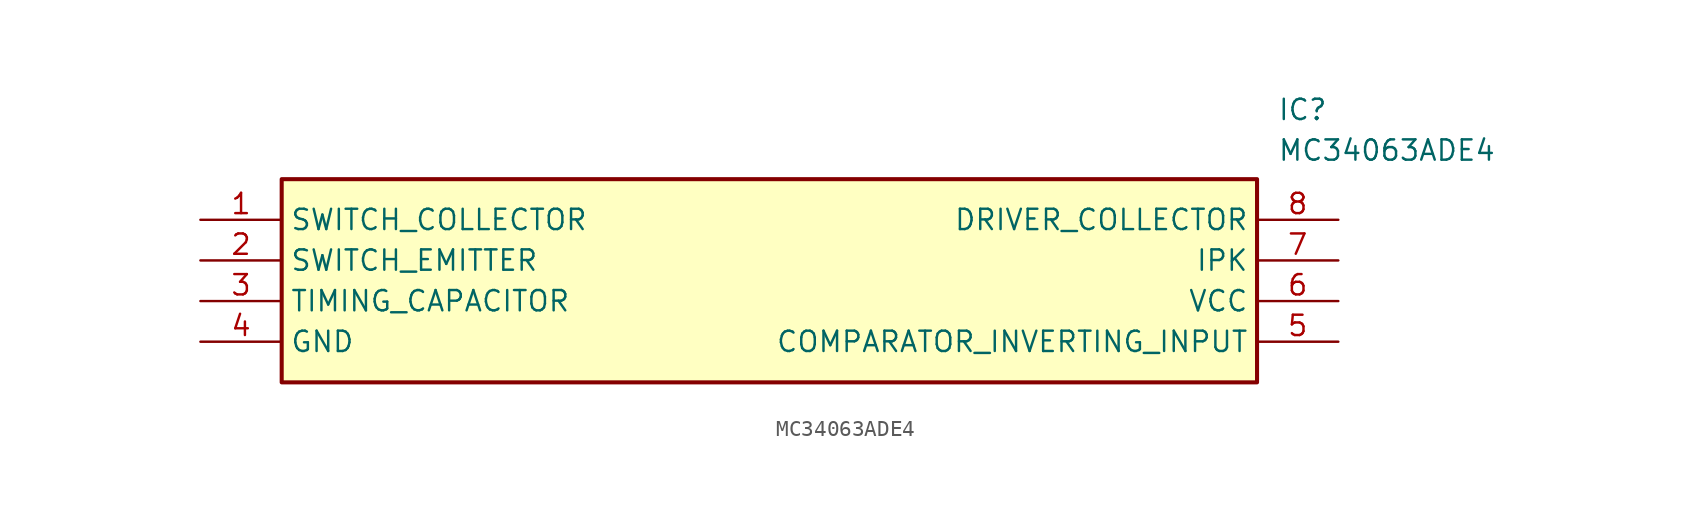
<source format=kicad_sym>
(kicad_symbol_lib
  (version 20211014)
  (generator SamacSys_ECAD_Model)
  (symbol "MC34063ADE4"
    (property "Reference" "IC"
      (at 67.31 7.62 0)
      (effects (font (size 1.27 1.27)) (justify left top)))
    (property "Value" "MC34063ADE4"
      (at 67.31 5.08 0)
      (effects (font (size 1.27 1.27)) (justify left top)))
    (rectangle
      (start 5.08 2.54)
      (end 66.04 -10.16)
      (stroke (width 0.254) (type default))
      (fill (type background)))
    (pin passive line
      (at 0 0 0)
      (length 5.08)
      (name "SWITCH_COLLECTOR" (effects (font (size 1.27 1.27))))
      (number "1" (effects (font (size 1.27 1.27)))))
    (pin passive line
      (at 0 -2.54 0)
      (length 5.08)
      (name "SWITCH_EMITTER" (effects (font (size 1.27 1.27))))
      (number "2" (effects (font (size 1.27 1.27)))))
    (pin passive line
      (at 0 -5.08 0)
      (length 5.08)
      (name "TIMING_CAPACITOR" (effects (font (size 1.27 1.27))))
      (number "3" (effects (font (size 1.27 1.27)))))
    (pin passive line
      (at 0 -7.62 0)
      (length 5.08)
      (name "GND" (effects (font (size 1.27 1.27))))
      (number "4" (effects (font (size 1.27 1.27)))))
    (pin passive line
      (at 71.12 0 180)
      (length 5.08)
      (name "DRIVER_COLLECTOR" (effects (font (size 1.27 1.27))))
      (number "8" (effects (font (size 1.27 1.27)))))
    (pin passive line
      (at 71.12 -2.54 180)
      (length 5.08)
      (name "IPK" (effects (font (size 1.27 1.27))))
      (number "7" (effects (font (size 1.27 1.27)))))
    (pin passive line
      (at 71.12 -5.08 180)
      (length 5.08)
      (name "VCC" (effects (font (size 1.27 1.27))))
      (number "6" (effects (font (size 1.27 1.27)))))
    (pin passive line
      (at 71.12 -7.62 180)
      (length 5.08)
      (name "COMPARATOR_INVERTING_INPUT" (effects (font (size 1.27 1.27))))
      (number "5" (effects (font (size 1.27 1.27)))))))
</source>
